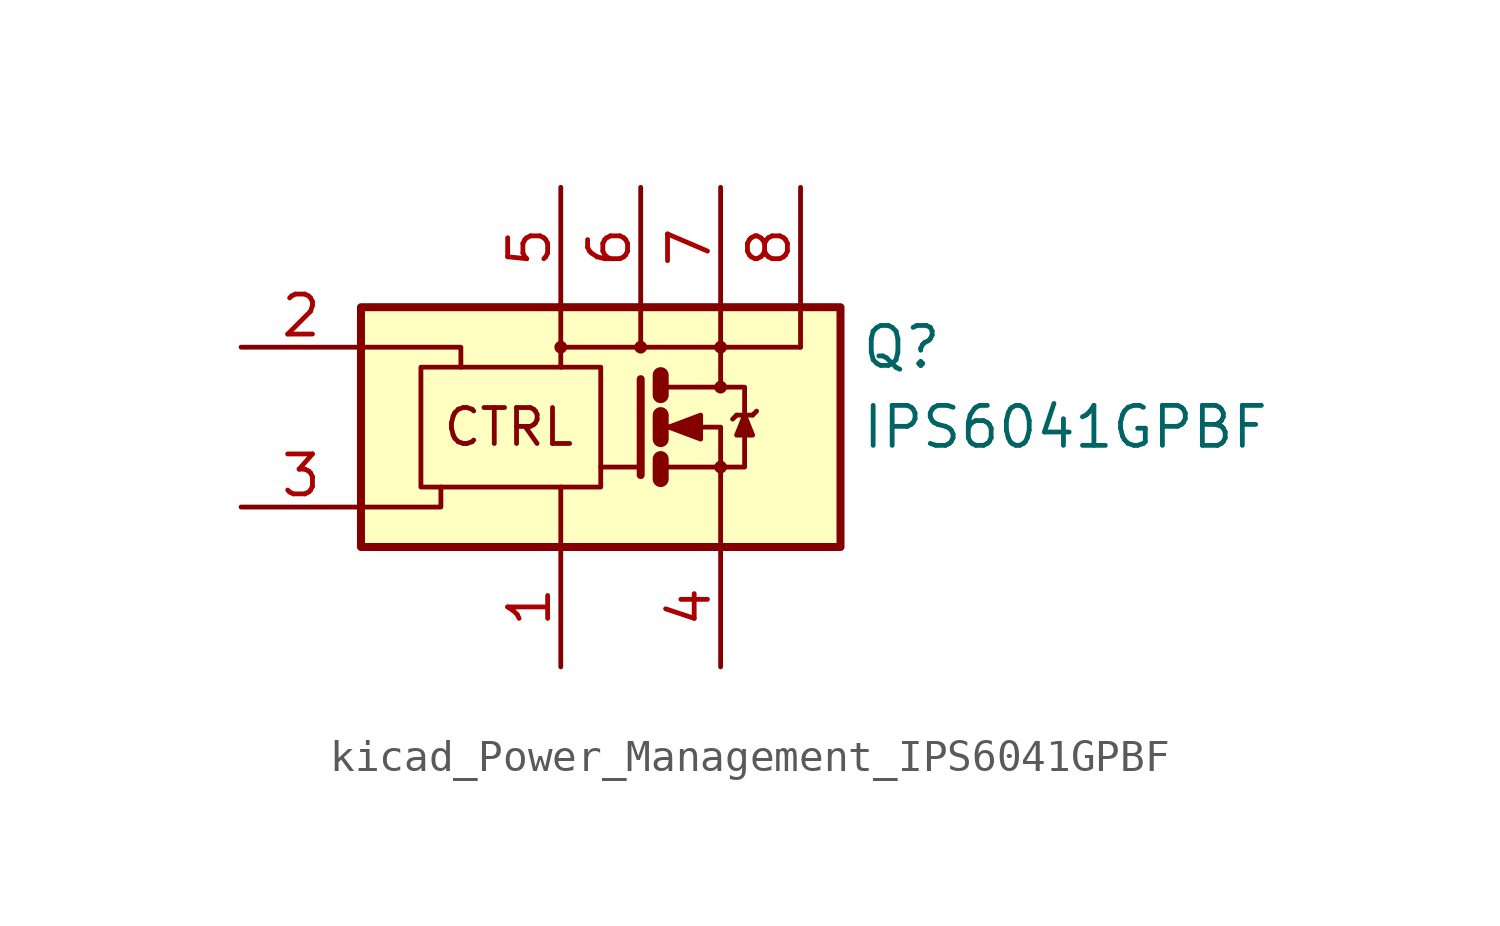
<source format=kicad_sym>
(kicad_symbol_lib
  (version 20220914)
  (generator kicad_symbol_editor)
  (symbol "kicad_Power_Management_IPS6041GPBF"
    (pin_names
      (offset 0) hide)
    (property "Reference" "Q"
      (at 9.525 2.54 0)
      (effects (font (size 1.27 1.27)) (justify left)))
    (property "Value" "IPS6041GPBF"
      (at 9.525 0 0)
      (effects (font (size 1.27 1.27)) (justify left)))
    (symbol "kicad_Power_Management_IPS6041GPBF_0_0"
      (rectangle (start -6.35 3.81) (end 8.89 -3.81) (stroke (width 0.254) (type default)) (fill (type background)))
      (polyline (pts (xy 0 -3.81) (xy 0 -1.905)) (stroke (width 0) (type default)) (fill (type none)))
      (polyline (pts (xy 0 2.54) (xy 0 3.81)) (stroke (width 0) (type default)) (fill (type none)))
      (polyline (pts (xy 2.54 2.54) (xy 2.54 3.81)) (stroke (width 0) (type default)) (fill (type none)))
      (polyline (pts (xy -6.35 -2.54) (xy -3.81 -2.54) (xy -3.81 -1.905)) (stroke (width 0) (type default)) (fill (type none)))
      (polyline (pts (xy -6.35 2.54) (xy -3.175 2.54) (xy -3.175 1.905)) (stroke (width 0) (type default)) (fill (type none)))
      (polyline (pts (xy 0 1.905) (xy 0 2.54) (xy 5.08 2.54)) (stroke (width 0) (type default)) (fill (type none)))
      (circle (center 0 2.54) (radius 0.127) (stroke (width 0) (type default)) (fill (type none)))
      (circle (center 2.54 2.54) (radius 0.127) (stroke (width 0) (type default)) (fill (type none)))
      (circle (center 5.08 2.54) (radius 0.127) (stroke (width 0) (type default)) (fill (type none)))
      (text "CTRL" (at -1.651 0 0) (effects (font (size 1.143 1.143)))))
    (symbol "kicad_Power_Management_IPS6041GPBF_0_1"
      (rectangle (start -4.445 1.905) (end 1.27 -1.905) (stroke (width 0) (type default)) (fill (type none)))
      (polyline (pts (xy 2.54 -1.27) (xy 1.27 -1.27)) (stroke (width 0) (type default)) (fill (type none)))
      (polyline (pts (xy 3.175 -1.016) (xy 3.175 -1.651)) (stroke (width 0.508) (type default)) (fill (type none)))
      (polyline (pts (xy 3.175 0.381) (xy 3.175 -0.381)) (stroke (width 0.508) (type default)) (fill (type none)))
      (polyline (pts (xy 3.175 1.651) (xy 3.175 1.016)) (stroke (width 0.508) (type default)) (fill (type none)))
      (polyline (pts (xy 3.302 -1.27) (xy 5.08 -1.27)) (stroke (width 0) (type default)) (fill (type none)))
      (polyline (pts (xy 3.302 1.27) (xy 5.08 1.27)) (stroke (width 0) (type default)) (fill (type none)))
      (polyline (pts (xy 5.08 1.27) (xy 5.08 3.81)) (stroke (width 0) (type default)) (fill (type none)))
      (polyline (pts (xy 5.08 2.54) (xy 7.62 2.54)) (stroke (width 0) (type default)) (fill (type none)))
      (polyline (pts (xy 5.588 0.381) (xy 5.461 0.254)) (stroke (width 0) (type default)) (fill (type none)))
      (polyline (pts (xy 5.588 0.381) (xy 6.096 0.381)) (stroke (width 0) (type default)) (fill (type none)))
      (polyline (pts (xy 6.096 0.381) (xy 6.223 0.508)) (stroke (width 0) (type default)) (fill (type none)))
      (polyline (pts (xy 7.62 3.81) (xy 7.62 2.54)) (stroke (width 0) (type default)) (fill (type none)))
      (polyline (pts (xy 2.54 1.524) (xy 2.54 -1.524) (xy 2.54 -1.524)) (stroke (width 0.254) (type default)) (fill (type none)))
      (polyline (pts (xy 3.302 0) (xy 5.08 0) (xy 5.08 -3.81)) (stroke (width 0) (type default)) (fill (type none)))
      (polyline (pts (xy 5.08 -1.27) (xy 5.842 -1.27) (xy 5.842 1.27) (xy 5.08 1.27)) (stroke (width 0) (type default)) (fill (type none)))
      (polyline (pts (xy 5.842 0.381) (xy 5.588 -0.254) (xy 6.096 -0.254) (xy 5.842 0.381)) (stroke (width 0) (type default)) (fill (type outline)))
      (polyline (pts (xy 3.429 0) (xy 4.445 0.381) (xy 4.445 -0.381) (xy 3.429 0) (xy 3.556 0) (xy 3.556 0)) (stroke (width 0) (type default)) (fill (type outline)))
      (circle (center 5.08 -1.27) (radius 0.127) (stroke (width 0) (type default)) (fill (type none)))
      (circle (center 5.08 1.27) (radius 0.127) (stroke (width 0) (type default)) (fill (type none))))
    (symbol "kicad_Power_Management_IPS6041GPBF_1_1"
      (pin power_in line (at 0 -7.62 90) (length 3.81) (name "GND" (effects (font (size 1.27 1.27)))) (number "1" (effects (font (size 1.27 1.27)))))
      (pin input line (at -10.16 2.54 0) (length 3.81) (name "IN" (effects (font (size 1.27 1.27)))) (number "2" (effects (font (size 1.27 1.27)))))
      (pin bidirectional line (at -10.16 -2.54 0) (length 3.81) (name "DG" (effects (font (size 1.27 1.27)))) (number "3" (effects (font (size 1.27 1.27)))))
      (pin output line (at 5.08 -7.62 90) (length 3.81) (name "OUT" (effects (font (size 1.27 1.27)))) (number "4" (effects (font (size 1.27 1.27)))))
      (pin power_in line (at 0 7.62 270) (length 3.81) (name "VCC" (effects (font (size 1.27 1.27)))) (number "5" (effects (font (size 1.27 1.27)))))
      (pin power_in line (at 2.54 7.62 270) (length 3.81) (name "~" (effects (font (size 1.27 1.27)))) (number "6" (effects (font (size 1.27 1.27)))))
      (pin power_in line (at 5.08 7.62 270) (length 3.81) (name "~" (effects (font (size 1.27 1.27)))) (number "7" (effects (font (size 1.27 1.27)))))
      (pin power_in line (at 7.62 7.62 270) (length 3.81) (name "~" (effects (font (size 1.27 1.27)))) (number "8" (effects (font (size 1.27 1.27))))))))
</source>
